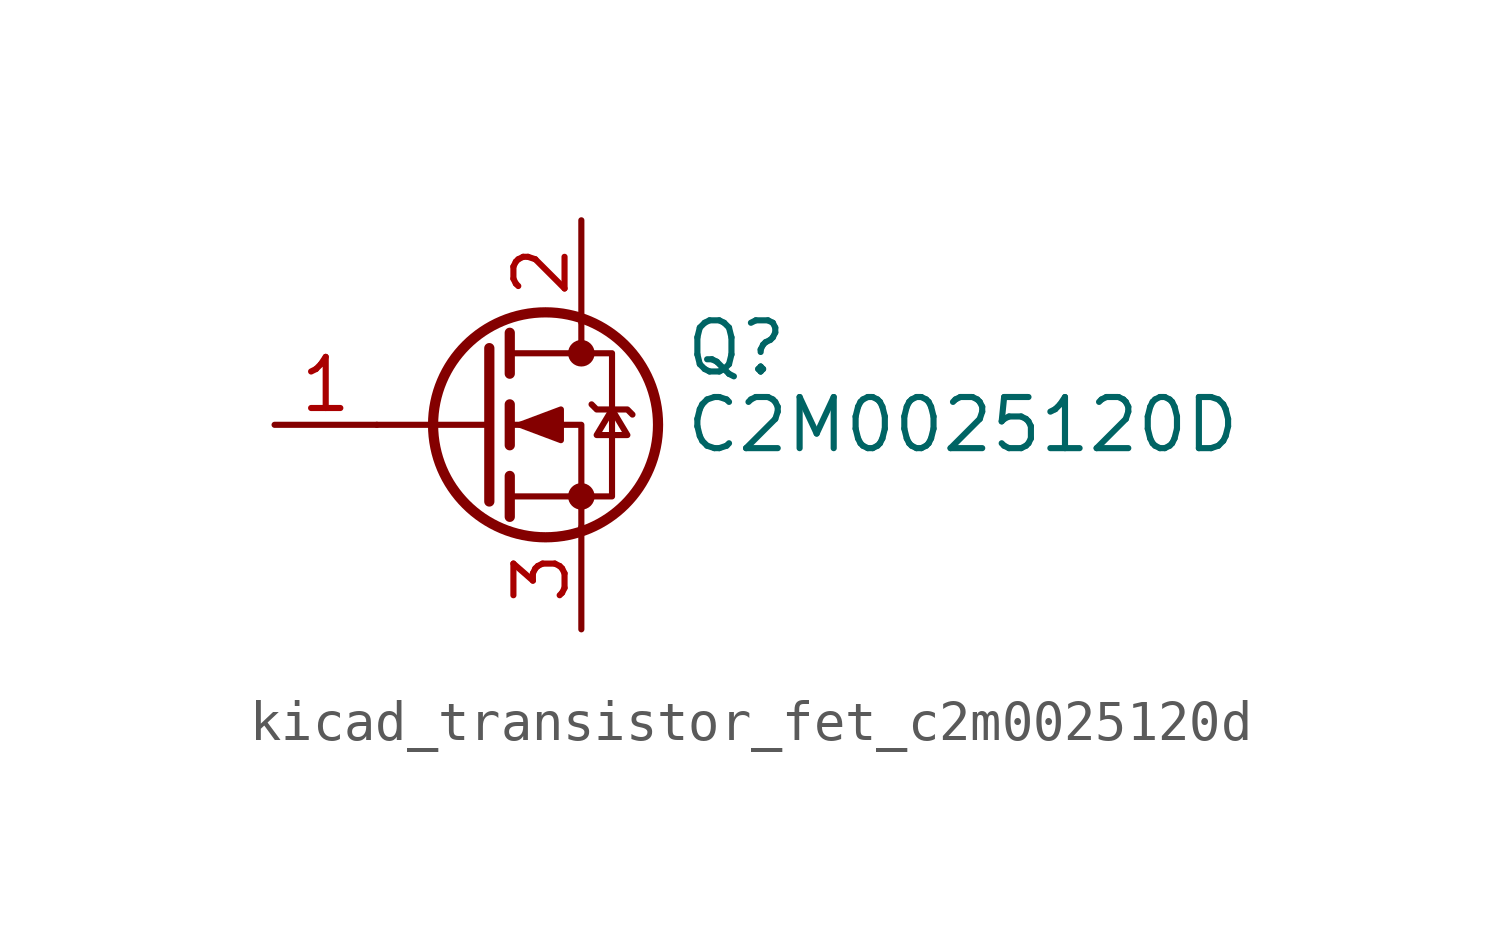
<source format=kicad_sym>
(kicad_symbol_lib
  (version 20220914)
  (generator kicad_symbol_editor)
  (symbol "kicad_transistor_fet_c2m0025120d"
    (pin_names hide)
    (property "Reference" "Q"
      (at 5.08 1.905 0)
      (effects (font (size 1.27 1.27)) (justify left)))
    (property "Value" "C2M0025120D"
      (at 5.08 0 0)
      (effects (font (size 1.27 1.27)) (justify left)))
    (symbol "kicad_transistor_fet_c2m0025120d_0_1"
      (polyline (pts (xy 0.254 0) (xy -2.54 0)) (stroke (width 0) (type default)) (fill (type none)))
      (polyline (pts (xy 0.254 1.905) (xy 0.254 -1.905)) (stroke (width 0.254) (type default)) (fill (type none)))
      (polyline (pts (xy 0.762 -1.27) (xy 0.762 -2.286)) (stroke (width 0.254) (type default)) (fill (type none)))
      (polyline (pts (xy 0.762 0.508) (xy 0.762 -0.508)) (stroke (width 0.254) (type default)) (fill (type none)))
      (polyline (pts (xy 0.762 2.286) (xy 0.762 1.27)) (stroke (width 0.254) (type default)) (fill (type none)))
      (polyline (pts (xy 2.54 2.54) (xy 2.54 1.778)) (stroke (width 0) (type default)) (fill (type none)))
      (polyline (pts (xy 2.54 -2.54) (xy 2.54 0) (xy 0.762 0)) (stroke (width 0) (type default)) (fill (type none)))
      (polyline (pts (xy 0.762 -1.778) (xy 3.302 -1.778) (xy 3.302 1.778) (xy 0.762 1.778)) (stroke (width 0) (type default)) (fill (type none)))
      (polyline (pts (xy 1.016 0) (xy 2.032 0.381) (xy 2.032 -0.381) (xy 1.016 0)) (stroke (width 0) (type default)) (fill (type outline)))
      (polyline (pts (xy 2.794 0.508) (xy 2.921 0.381) (xy 3.683 0.381) (xy 3.81 0.254)) (stroke (width 0) (type default)) (fill (type none)))
      (polyline (pts (xy 3.302 0.381) (xy 2.921 -0.254) (xy 3.683 -0.254) (xy 3.302 0.381)) (stroke (width 0) (type default)) (fill (type none)))
      (circle (center 1.651 0) (radius 2.794) (stroke (width 0.254) (type default)) (fill (type none)))
      (circle (center 2.54 -1.778) (radius 0.254) (stroke (width 0) (type default)) (fill (type outline)))
      (circle (center 2.54 1.778) (radius 0.254) (stroke (width 0) (type default)) (fill (type outline))))
    (symbol "kicad_transistor_fet_c2m0025120d_1_1"
      (pin input line (at -5.08 0 0) (length 2.54) (name "G" (effects (font (size 1.27 1.27)))) (number "1" (effects (font (size 1.27 1.27)))))
      (pin passive line (at 2.54 5.08 270) (length 2.54) (name "D" (effects (font (size 1.27 1.27)))) (number "2" (effects (font (size 1.27 1.27)))))
      (pin passive line (at 2.54 -5.08 90) (length 2.54) (name "S" (effects (font (size 1.27 1.27)))) (number "3" (effects (font (size 1.27 1.27))))))))
</source>
